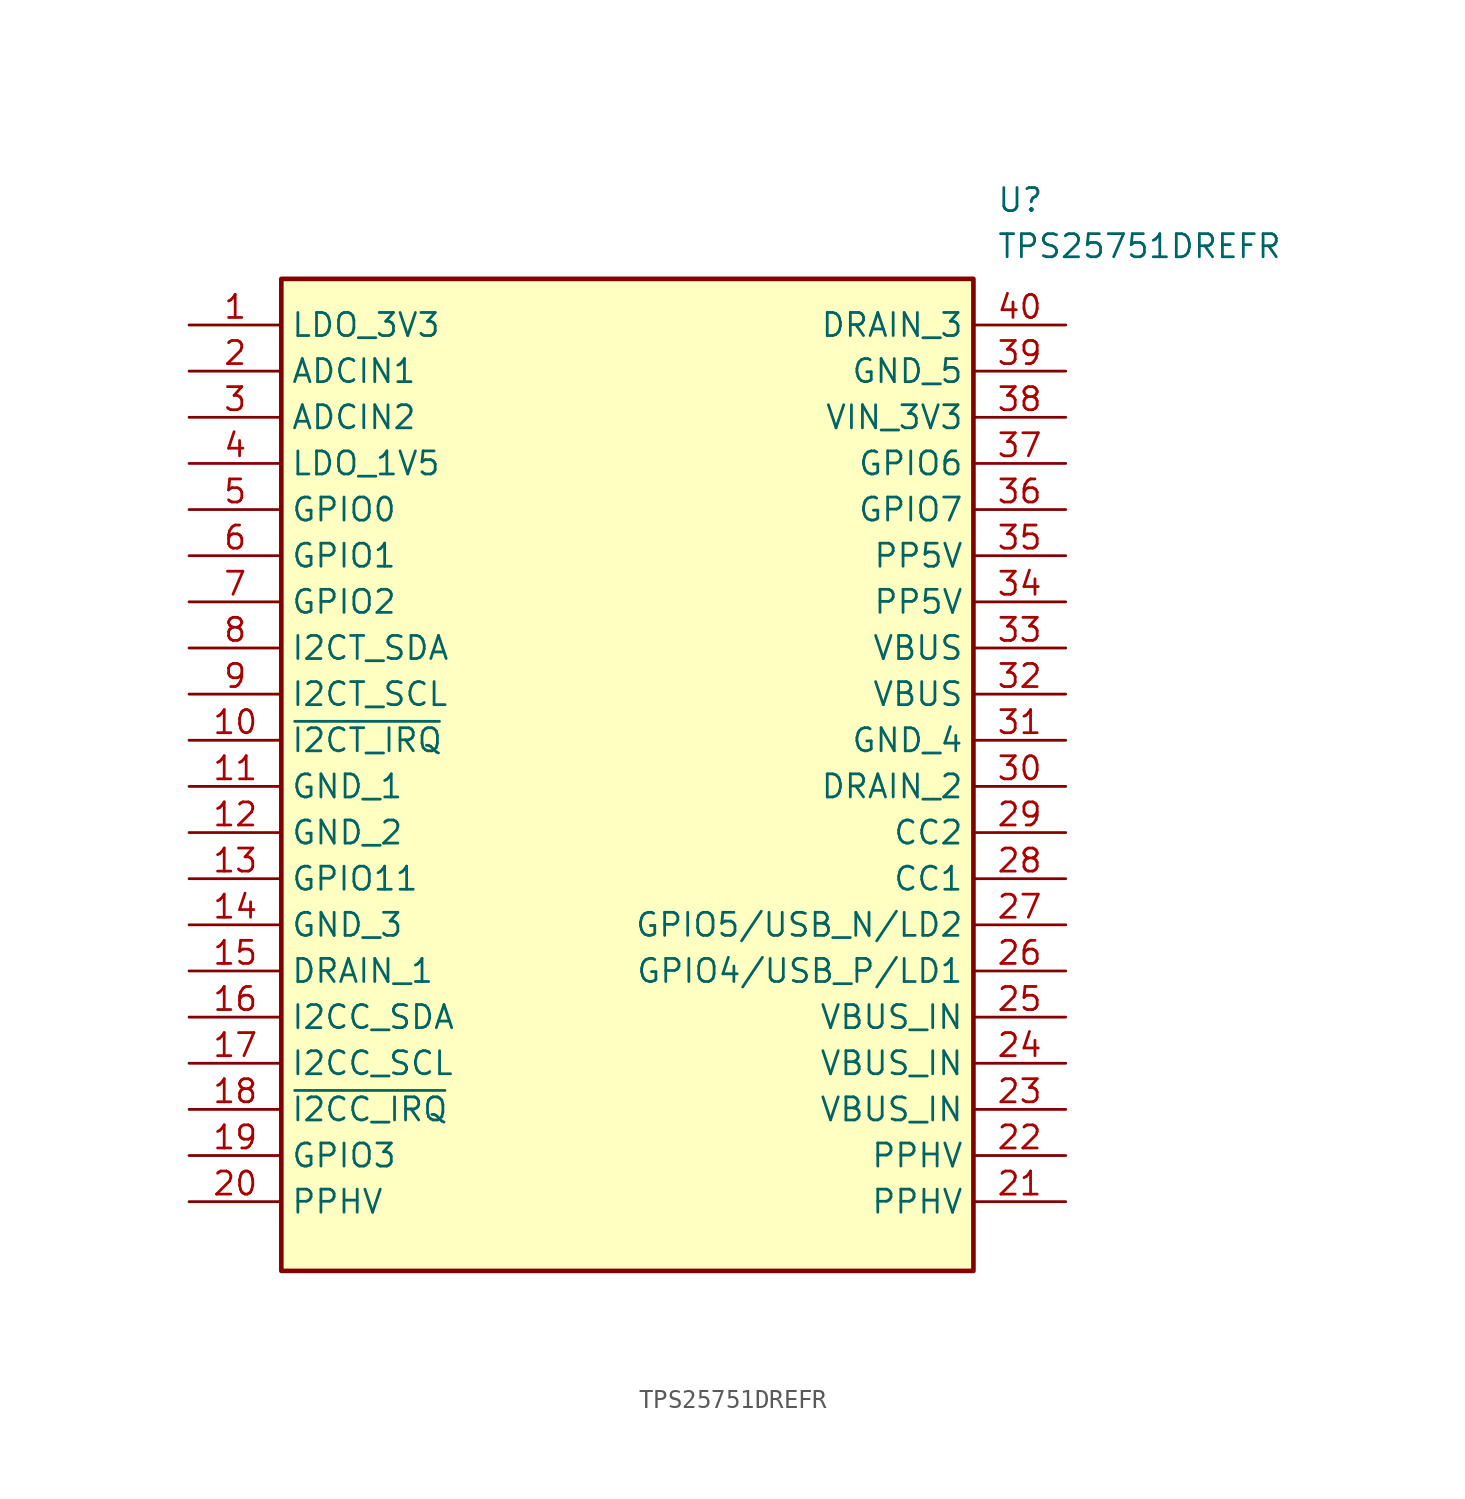
<source format=kicad_sym>
(kicad_symbol_lib
  (version 20241209)
  (generator "kicad_symbol_editor")
  (generator_version "9.0")
  (symbol "TPS25751DREFR"
    (property "Reference" "U"
      (at 44.45 7.62 0)
      (effects (font (size 1.27 1.27)) (justify left top)))
    (property "Value" "TPS25751DREFR"
      (at 44.45 5.08 0)
      (effects (font (size 1.27 1.27)) (justify left top)))
    (symbol "TPS25751DREFR_1_1"
      (rectangle (start 5.08 2.54) (end 43.18 -52.07) (stroke (width 0.254) (type default)) (fill (type background)))
      (pin passive line (at 0 0 0) (length 5.08) (name "LDO_3V3" (effects (font (size 1.27 1.27)))) (number "1" (effects (font (size 1.27 1.27)))))
      (pin passive line (at 0 -2.54 0) (length 5.08) (name "ADCIN1" (effects (font (size 1.27 1.27)))) (number "2" (effects (font (size 1.27 1.27)))))
      (pin passive line (at 0 -5.08 0) (length 5.08) (name "ADCIN2" (effects (font (size 1.27 1.27)))) (number "3" (effects (font (size 1.27 1.27)))))
      (pin passive line (at 0 -7.62 0) (length 5.08) (name "LDO_1V5" (effects (font (size 1.27 1.27)))) (number "4" (effects (font (size 1.27 1.27)))))
      (pin passive line (at 0 -10.16 0) (length 5.08) (name "GPIO0" (effects (font (size 1.27 1.27)))) (number "5" (effects (font (size 1.27 1.27)))))
      (pin passive line (at 0 -12.7 0) (length 5.08) (name "GPIO1" (effects (font (size 1.27 1.27)))) (number "6" (effects (font (size 1.27 1.27)))))
      (pin passive line (at 0 -15.24 0) (length 5.08) (name "GPIO2" (effects (font (size 1.27 1.27)))) (number "7" (effects (font (size 1.27 1.27)))))
      (pin passive line (at 0 -17.78 0) (length 5.08) (name "I2CT_SDA" (effects (font (size 1.27 1.27)))) (number "8" (effects (font (size 1.27 1.27)))))
      (pin passive line (at 0 -20.32 0) (length 5.08) (name "I2CT_SCL" (effects (font (size 1.27 1.27)))) (number "9" (effects (font (size 1.27 1.27)))))
      (pin passive line (at 0 -22.86 0) (length 5.08) (name "~{I2CT_IRQ}" (effects (font (size 1.27 1.27)))) (number "10" (effects (font (size 1.27 1.27)))))
      (pin passive line (at 0 -25.4 0) (length 5.08) (name "GND_1" (effects (font (size 1.27 1.27)))) (number "11" (effects (font (size 1.27 1.27)))))
      (pin passive line (at 0 -27.94 0) (length 5.08) (name "GND_2" (effects (font (size 1.27 1.27)))) (number "12" (effects (font (size 1.27 1.27)))))
      (pin passive line (at 0 -30.48 0) (length 5.08) (name "GPIO11" (effects (font (size 1.27 1.27)))) (number "13" (effects (font (size 1.27 1.27)))))
      (pin passive line (at 0 -33.02 0) (length 5.08) (name "GND_3" (effects (font (size 1.27 1.27)))) (number "14" (effects (font (size 1.27 1.27)))))
      (pin passive line (at 0 -35.56 0) (length 5.08) (name "DRAIN_1" (effects (font (size 1.27 1.27)))) (number "15" (effects (font (size 1.27 1.27)))))
      (pin passive line (at 0 -38.1 0) (length 5.08) (name "I2CC_SDA" (effects (font (size 1.27 1.27)))) (number "16" (effects (font (size 1.27 1.27)))))
      (pin passive line (at 0 -40.64 0) (length 5.08) (name "I2CC_SCL" (effects (font (size 1.27 1.27)))) (number "17" (effects (font (size 1.27 1.27)))))
      (pin passive line (at 0 -43.18 0) (length 5.08) (name "~{I2CC_IRQ}" (effects (font (size 1.27 1.27)))) (number "18" (effects (font (size 1.27 1.27)))))
      (pin passive line (at 0 -45.72 0) (length 5.08) (name "GPIO3" (effects (font (size 1.27 1.27)))) (number "19" (effects (font (size 1.27 1.27)))))
      (pin passive line (at 0 -48.26 0) (length 5.08) (name "PPHV" (effects (font (size 1.27 1.27)))) (number "20" (effects (font (size 1.27 1.27)))))
      (pin passive line (at 48.26 0 180) (length 5.08) (name "DRAIN_3" (effects (font (size 1.27 1.27)))) (number "40" (effects (font (size 1.27 1.27)))))
      (pin passive line (at 48.26 -2.54 180) (length 5.08) (name "GND_5" (effects (font (size 1.27 1.27)))) (number "39" (effects (font (size 1.27 1.27)))))
      (pin passive line (at 48.26 -5.08 180) (length 5.08) (name "VIN_3V3" (effects (font (size 1.27 1.27)))) (number "38" (effects (font (size 1.27 1.27)))))
      (pin passive line (at 48.26 -7.62 180) (length 5.08) (name "GPIO6" (effects (font (size 1.27 1.27)))) (number "37" (effects (font (size 1.27 1.27)))))
      (pin passive line (at 48.26 -10.16 180) (length 5.08) (name "GPIO7" (effects (font (size 1.27 1.27)))) (number "36" (effects (font (size 1.27 1.27)))))
      (pin passive line (at 48.26 -12.7 180) (length 5.08) (name "PP5V" (effects (font (size 1.27 1.27)))) (number "35" (effects (font (size 1.27 1.27)))))
      (pin passive line (at 48.26 -15.24 180) (length 5.08) (name "PP5V" (effects (font (size 1.27 1.27)))) (number "34" (effects (font (size 1.27 1.27)))))
      (pin passive line (at 48.26 -17.78 180) (length 5.08) (name "VBUS" (effects (font (size 1.27 1.27)))) (number "33" (effects (font (size 1.27 1.27)))))
      (pin passive line (at 48.26 -20.32 180) (length 5.08) (name "VBUS" (effects (font (size 1.27 1.27)))) (number "32" (effects (font (size 1.27 1.27)))))
      (pin passive line (at 48.26 -22.86 180) (length 5.08) (name "GND_4" (effects (font (size 1.27 1.27)))) (number "31" (effects (font (size 1.27 1.27)))))
      (pin passive line (at 48.26 -25.4 180) (length 5.08) (name "DRAIN_2" (effects (font (size 1.27 1.27)))) (number "30" (effects (font (size 1.27 1.27)))))
      (pin passive line (at 48.26 -27.94 180) (length 5.08) (name "CC2" (effects (font (size 1.27 1.27)))) (number "29" (effects (font (size 1.27 1.27)))))
      (pin passive line (at 48.26 -30.48 180) (length 5.08) (name "CC1" (effects (font (size 1.27 1.27)))) (number "28" (effects (font (size 1.27 1.27)))))
      (pin passive line (at 48.26 -33.02 180) (length 5.08) (name "GPIO5/USB_N/LD2" (effects (font (size 1.27 1.27)))) (number "27" (effects (font (size 1.27 1.27)))))
      (pin passive line (at 48.26 -35.56 180) (length 5.08) (name "GPIO4/USB_P/LD1" (effects (font (size 1.27 1.27)))) (number "26" (effects (font (size 1.27 1.27)))))
      (pin passive line (at 48.26 -38.1 180) (length 5.08) (name "VBUS_IN" (effects (font (size 1.27 1.27)))) (number "25" (effects (font (size 1.27 1.27)))))
      (pin passive line (at 48.26 -40.64 180) (length 5.08) (name "VBUS_IN" (effects (font (size 1.27 1.27)))) (number "24" (effects (font (size 1.27 1.27)))))
      (pin passive line (at 48.26 -43.18 180) (length 5.08) (name "VBUS_IN" (effects (font (size 1.27 1.27)))) (number "23" (effects (font (size 1.27 1.27)))))
      (pin passive line (at 48.26 -45.72 180) (length 5.08) (name "PPHV" (effects (font (size 1.27 1.27)))) (number "22" (effects (font (size 1.27 1.27)))))
      (pin passive line (at 48.26 -48.26 180) (length 5.08) (name "PPHV" (effects (font (size 1.27 1.27)))) (number "21" (effects (font (size 1.27 1.27))))))))
</source>
